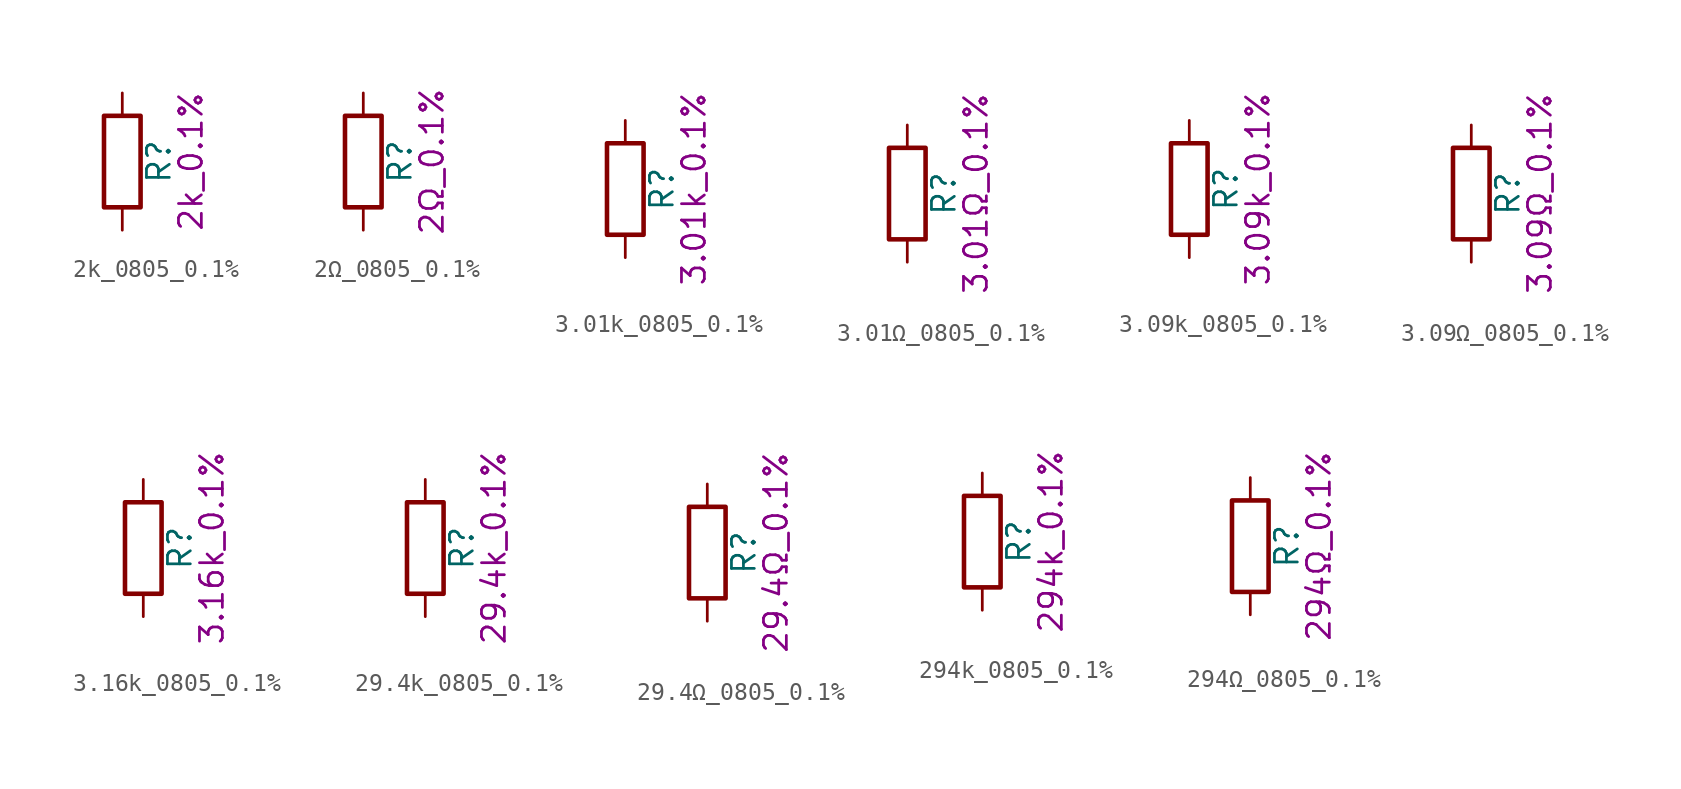
<source format=kicad_sym>
(kicad_symbol_lib
  (version 20211014)
  (generator kicad_symbol_editor)
  (symbol "2k_0805_0.1%"
    (pin_numbers hide)
    (pin_names
      (offset 0))
    (property "Reference" "R"
      (at 2.032 0 90)
      (effects (font (size 1.27 1.27))))
    (property "Display" "2k_0.1%"
      (at 3.81 0 90)
      (effects (font (size 1.27 1.27))))
    (symbol "2k_0805_0.1%_0_1"
      (rectangle (start -1.016 -2.54) (end 1.016 2.54) (stroke (width 0.254) (type default) (color 0 0 0 0)) (fill (type none))))
    (symbol "2k_0805_0.1%_1_1"
      (pin passive line (at 0 3.81 270) (length 1.27) (name "~" (effects (font (size 1.27 1.27)))) (number "1" (effects (font (size 1.27 1.27)))))
      (pin passive line (at 0 -3.81 90) (length 1.27) (name "~" (effects (font (size 1.27 1.27)))) (number "2" (effects (font (size 1.27 1.27)))))))
  (symbol "2Ω_0805_0.1%"
    (pin_numbers hide)
    (pin_names
      (offset 0))
    (property "Reference" "R"
      (at 2.032 0 90)
      (effects (font (size 1.27 1.27))))
    (property "Display" "2Ω_0.1%"
      (at 3.81 0 90)
      (effects (font (size 1.27 1.27))))
    (symbol "2Ω_0805_0.1%_0_1"
      (rectangle (start -1.016 -2.54) (end 1.016 2.54) (stroke (width 0.254) (type default) (color 0 0 0 0)) (fill (type none))))
    (symbol "2Ω_0805_0.1%_1_1"
      (pin passive line (at 0 3.81 270) (length 1.27) (name "~" (effects (font (size 1.27 1.27)))) (number "1" (effects (font (size 1.27 1.27)))))
      (pin passive line (at 0 -3.81 90) (length 1.27) (name "~" (effects (font (size 1.27 1.27)))) (number "2" (effects (font (size 1.27 1.27)))))))
  (symbol "3.01k_0805_0.1%"
    (pin_numbers hide)
    (pin_names
      (offset 0))
    (property "Reference" "R"
      (at 2.032 0 90)
      (effects (font (size 1.27 1.27))))
    (property "Display" "3.01k_0.1%"
      (at 3.81 0 90)
      (effects (font (size 1.27 1.27))))
    (symbol "3.01k_0805_0.1%_0_1"
      (rectangle (start -1.016 -2.54) (end 1.016 2.54) (stroke (width 0.254) (type default) (color 0 0 0 0)) (fill (type none))))
    (symbol "3.01k_0805_0.1%_1_1"
      (pin passive line (at 0 3.81 270) (length 1.27) (name "~" (effects (font (size 1.27 1.27)))) (number "1" (effects (font (size 1.27 1.27)))))
      (pin passive line (at 0 -3.81 90) (length 1.27) (name "~" (effects (font (size 1.27 1.27)))) (number "2" (effects (font (size 1.27 1.27)))))))
  (symbol "3.01Ω_0805_0.1%"
    (pin_numbers hide)
    (pin_names
      (offset 0))
    (property "Reference" "R"
      (at 2.032 0 90)
      (effects (font (size 1.27 1.27))))
    (property "Display" "3.01Ω_0.1%"
      (at 3.81 0 90)
      (effects (font (size 1.27 1.27))))
    (symbol "3.01Ω_0805_0.1%_0_1"
      (rectangle (start -1.016 -2.54) (end 1.016 2.54) (stroke (width 0.254) (type default) (color 0 0 0 0)) (fill (type none))))
    (symbol "3.01Ω_0805_0.1%_1_1"
      (pin passive line (at 0 3.81 270) (length 1.27) (name "~" (effects (font (size 1.27 1.27)))) (number "1" (effects (font (size 1.27 1.27)))))
      (pin passive line (at 0 -3.81 90) (length 1.27) (name "~" (effects (font (size 1.27 1.27)))) (number "2" (effects (font (size 1.27 1.27)))))))
  (symbol "3.09k_0805_0.1%"
    (pin_numbers hide)
    (pin_names
      (offset 0))
    (property "Reference" "R"
      (at 2.032 0 90)
      (effects (font (size 1.27 1.27))))
    (property "Display" "3.09k_0.1%"
      (at 3.81 0 90)
      (effects (font (size 1.27 1.27))))
    (symbol "3.09k_0805_0.1%_0_1"
      (rectangle (start -1.016 -2.54) (end 1.016 2.54) (stroke (width 0.254) (type default) (color 0 0 0 0)) (fill (type none))))
    (symbol "3.09k_0805_0.1%_1_1"
      (pin passive line (at 0 3.81 270) (length 1.27) (name "~" (effects (font (size 1.27 1.27)))) (number "1" (effects (font (size 1.27 1.27)))))
      (pin passive line (at 0 -3.81 90) (length 1.27) (name "~" (effects (font (size 1.27 1.27)))) (number "2" (effects (font (size 1.27 1.27)))))))
  (symbol "3.09Ω_0805_0.1%"
    (pin_numbers hide)
    (pin_names
      (offset 0))
    (property "Reference" "R"
      (at 2.032 0 90)
      (effects (font (size 1.27 1.27))))
    (property "Display" "3.09Ω_0.1%"
      (at 3.81 0 90)
      (effects (font (size 1.27 1.27))))
    (symbol "3.09Ω_0805_0.1%_0_1"
      (rectangle (start -1.016 -2.54) (end 1.016 2.54) (stroke (width 0.254) (type default) (color 0 0 0 0)) (fill (type none))))
    (symbol "3.09Ω_0805_0.1%_1_1"
      (pin passive line (at 0 3.81 270) (length 1.27) (name "~" (effects (font (size 1.27 1.27)))) (number "1" (effects (font (size 1.27 1.27)))))
      (pin passive line (at 0 -3.81 90) (length 1.27) (name "~" (effects (font (size 1.27 1.27)))) (number "2" (effects (font (size 1.27 1.27)))))))
  (symbol "3.16k_0805_0.1%"
    (pin_numbers hide)
    (pin_names
      (offset 0))
    (property "Reference" "R"
      (at 2.032 0 90)
      (effects (font (size 1.27 1.27))))
    (property "Display" "3.16k_0.1%"
      (at 3.81 0 90)
      (effects (font (size 1.27 1.27))))
    (symbol "3.16k_0805_0.1%_0_1"
      (rectangle (start -1.016 -2.54) (end 1.016 2.54) (stroke (width 0.254) (type default) (color 0 0 0 0)) (fill (type none))))
    (symbol "3.16k_0805_0.1%_1_1"
      (pin passive line (at 0 3.81 270) (length 1.27) (name "~" (effects (font (size 1.27 1.27)))) (number "1" (effects (font (size 1.27 1.27)))))
      (pin passive line (at 0 -3.81 90) (length 1.27) (name "~" (effects (font (size 1.27 1.27)))) (number "2" (effects (font (size 1.27 1.27)))))))
  (symbol "29.4k_0805_0.1%"
    (pin_numbers hide)
    (pin_names
      (offset 0))
    (property "Reference" "R"
      (at 2.032 0 90)
      (effects (font (size 1.27 1.27))))
    (property "Display" "29.4k_0.1%"
      (at 3.81 0 90)
      (effects (font (size 1.27 1.27))))
    (symbol "29.4k_0805_0.1%_0_1"
      (rectangle (start -1.016 -2.54) (end 1.016 2.54) (stroke (width 0.254) (type default) (color 0 0 0 0)) (fill (type none))))
    (symbol "29.4k_0805_0.1%_1_1"
      (pin passive line (at 0 3.81 270) (length 1.27) (name "~" (effects (font (size 1.27 1.27)))) (number "1" (effects (font (size 1.27 1.27)))))
      (pin passive line (at 0 -3.81 90) (length 1.27) (name "~" (effects (font (size 1.27 1.27)))) (number "2" (effects (font (size 1.27 1.27)))))))
  (symbol "29.4Ω_0805_0.1%"
    (pin_numbers hide)
    (pin_names
      (offset 0))
    (property "Reference" "R"
      (at 2.032 0 90)
      (effects (font (size 1.27 1.27))))
    (property "Display" "29.4Ω_0.1%"
      (at 3.81 0 90)
      (effects (font (size 1.27 1.27))))
    (symbol "29.4Ω_0805_0.1%_0_1"
      (rectangle (start -1.016 -2.54) (end 1.016 2.54) (stroke (width 0.254) (type default) (color 0 0 0 0)) (fill (type none))))
    (symbol "29.4Ω_0805_0.1%_1_1"
      (pin passive line (at 0 3.81 270) (length 1.27) (name "~" (effects (font (size 1.27 1.27)))) (number "1" (effects (font (size 1.27 1.27)))))
      (pin passive line (at 0 -3.81 90) (length 1.27) (name "~" (effects (font (size 1.27 1.27)))) (number "2" (effects (font (size 1.27 1.27)))))))
  (symbol "294k_0805_0.1%"
    (pin_numbers hide)
    (pin_names
      (offset 0))
    (property "Reference" "R"
      (at 2.032 0 90)
      (effects (font (size 1.27 1.27))))
    (property "Display" "294k_0.1%"
      (at 3.81 0 90)
      (effects (font (size 1.27 1.27))))
    (symbol "294k_0805_0.1%_0_1"
      (rectangle (start -1.016 -2.54) (end 1.016 2.54) (stroke (width 0.254) (type default) (color 0 0 0 0)) (fill (type none))))
    (symbol "294k_0805_0.1%_1_1"
      (pin passive line (at 0 3.81 270) (length 1.27) (name "~" (effects (font (size 1.27 1.27)))) (number "1" (effects (font (size 1.27 1.27)))))
      (pin passive line (at 0 -3.81 90) (length 1.27) (name "~" (effects (font (size 1.27 1.27)))) (number "2" (effects (font (size 1.27 1.27)))))))
  (symbol "294Ω_0805_0.1%"
    (pin_numbers hide)
    (pin_names
      (offset 0))
    (property "Reference" "R"
      (at 2.032 0 90)
      (effects (font (size 1.27 1.27))))
    (property "Display" "294Ω_0.1%"
      (at 3.81 0 90)
      (effects (font (size 1.27 1.27))))
    (symbol "294Ω_0805_0.1%_0_1"
      (rectangle (start -1.016 -2.54) (end 1.016 2.54) (stroke (width 0.254) (type default) (color 0 0 0 0)) (fill (type none))))
    (symbol "294Ω_0805_0.1%_1_1"
      (pin passive line (at 0 3.81 270) (length 1.27) (name "~" (effects (font (size 1.27 1.27)))) (number "1" (effects (font (size 1.27 1.27)))))
      (pin passive line (at 0 -3.81 90) (length 1.27) (name "~" (effects (font (size 1.27 1.27)))) (number "2" (effects (font (size 1.27 1.27))))))))
</source>
